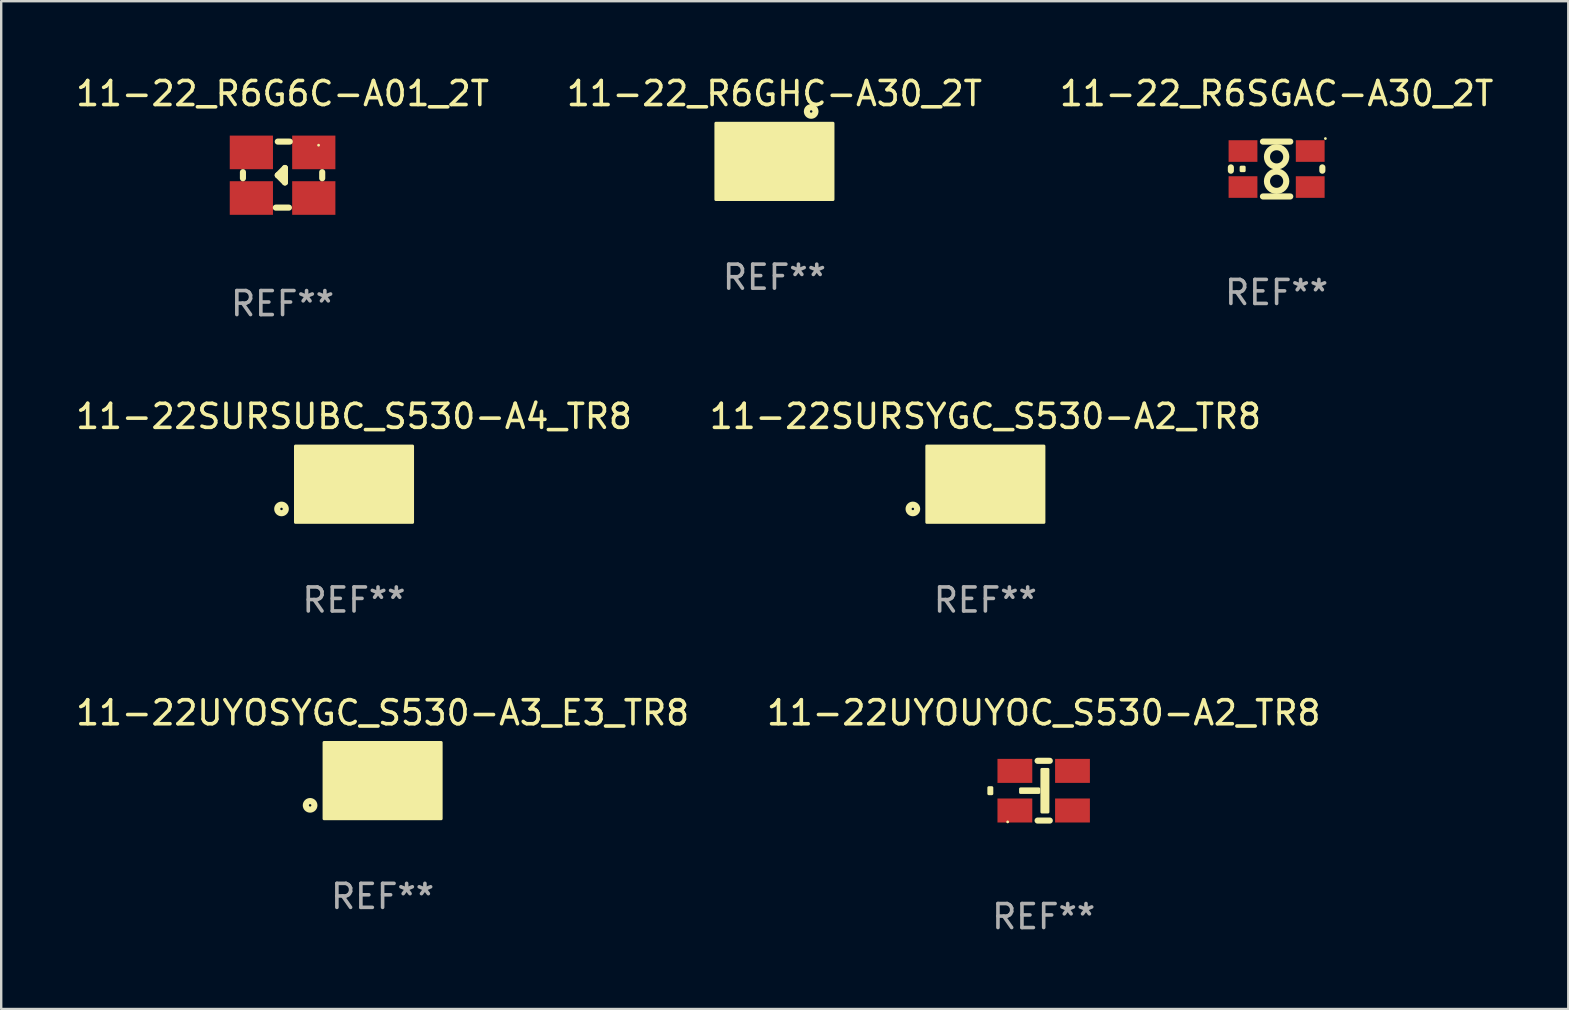
<source format=kicad_pcb>
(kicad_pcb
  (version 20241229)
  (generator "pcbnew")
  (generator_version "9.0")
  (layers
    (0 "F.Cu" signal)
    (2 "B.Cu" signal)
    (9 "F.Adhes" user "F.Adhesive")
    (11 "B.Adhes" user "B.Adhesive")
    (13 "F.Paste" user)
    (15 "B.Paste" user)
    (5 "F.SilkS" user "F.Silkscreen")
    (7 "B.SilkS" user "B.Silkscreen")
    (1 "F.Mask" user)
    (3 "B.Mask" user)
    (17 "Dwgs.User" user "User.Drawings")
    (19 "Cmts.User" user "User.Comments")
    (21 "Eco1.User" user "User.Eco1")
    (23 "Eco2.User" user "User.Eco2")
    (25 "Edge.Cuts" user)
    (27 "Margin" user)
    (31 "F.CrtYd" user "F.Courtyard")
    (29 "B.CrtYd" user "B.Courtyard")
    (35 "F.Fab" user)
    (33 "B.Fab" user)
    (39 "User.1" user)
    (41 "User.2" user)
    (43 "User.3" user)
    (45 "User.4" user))
  (footprint "11-22_R6G6C-A01_2T"
    (layer "F.Cu")
    (at 8.72 4.223)
    (property "Reference" "11-22_R6G6C-A01_2T" (at 0 -3.375 0) (layer "F.SilkS") (effects (font (size 1 1) (thickness 0.15))))
    (attr through_hole)
    (fp_line (start -1.651 -0.102) (end -1.651 0.152) (stroke (width 0.254) (type solid)) (layer "F.SilkS"))
    (fp_line (start -0.201 0.026) (end 0.099 -0.276) (stroke (width 0.254) (type solid)) (layer "F.SilkS"))
    (fp_line (start 0.099 -0.276) (end 0.099 0.326) (stroke (width 0.254) (type solid)) (layer "F.SilkS"))
    (fp_line (start 0.099 0.326) (end -0.201 0.026) (stroke (width 0.254) (type solid)) (layer "F.SilkS"))
    (fp_line (start 0.265 1.375) (end -0.281 1.375) (stroke (width 0.254) (type solid)) (layer "F.SilkS"))
    (fp_line (start 0.3 -1.375) (end -0.2 -1.375) (stroke (width 0.254) (type solid)) (layer "F.SilkS"))
    (fp_line (start 1.651 -0.102) (end 1.651 0.152) (stroke (width 0.254) (type solid)) (layer "F.SilkS"))
    (fp_circle (center 1.5 -1.225) (end 1.53 -1.225) (stroke (width 0.06) (type solid)) (fill no) (layer "F.SilkS"))
    (fp_text user "REF**" (at 0 5.375 0) (layer "F.Fab") (effects (font (size 1 1) (thickness 0.15))))
    (pad "1" smd rect (at 1.3 -0.925 90) (size 1.4 1.8) (layers "F.Cu" "F.Mask" "F.Paste"))
    (pad "2" smd rect (at -1.3 -0.925 90) (size 1.4 1.8) (layers "F.Cu" "F.Mask" "F.Paste"))
    (pad "3" smd rect (at 1.3 0.975 90) (size 1.4 1.8) (layers "F.Cu" "F.Mask" "F.Paste"))
    (pad "4" smd rect (at -1.3 0.975 90) (size 1.4 1.8) (layers "F.Cu" "F.Mask" "F.Paste")))
  (footprint "11-22SURSUBC_S530-A4_TR8"
    (layer "F.Cu")
    (at 11.696 17.119)
    (property "Reference" "11-22SURSUBC_S530-A4_TR8" (at 0 -2.825 0) (layer "F.SilkS") (effects (font (size 1 1) (thickness 0.15))))
    (attr through_hole)
    (fp_circle (center -3.02 1.03) (end -2.842 1.03) (stroke (width 0.254) (type solid)) (fill no) (layer "F.SilkS"))
    (fp_circle (center -1.5 1.25) (end -1.47 1.25) (stroke (width 0.06) (type solid)) (fill no) (layer "F.SilkS"))
    (fp_poly (pts (xy -2.44 -1.59) (xy 2.44 -1.59) (xy 2.44 1.59) (xy -2.44 1.59)) (stroke (width 0.12) (type solid)) (fill yes) (layer "F.SilkS"))
    (fp_poly (pts (xy -0.965 -0.077) (xy -0.203 -0.077) (xy -0.203 0.076) (xy -0.965 0.076)) (stroke (width 0.12) (type solid)) (fill yes) (layer "F.SilkS"))
    (fp_poly (pts (xy -0.076 -0.889) (xy 0.178 -0.889) (xy 0.178 0.889) (xy -0.076 0.889)) (stroke (width 0.12) (type solid)) (fill yes) (layer "F.SilkS"))
    (fp_text user "REF**" (at 0 4.825 0) (layer "F.Fab") (effects (font (size 1 1) (thickness 0.15))))
    (pad "1" smd rect (at -1.35 0.824) (size 1.7 1.05) (layers "F.Cu" "F.Mask" "F.Paste"))
    (pad "2" smd rect (at -1.35 -0.825) (size 1.7 1.05) (layers "F.Cu" "F.Mask" "F.Paste"))
    (pad "3" smd rect (at 1.35 -0.825) (size 1.7 1.05) (layers "F.Cu" "F.Mask" "F.Paste"))
    (pad "4" smd rect (at 1.35 0.825) (size 1.7 1.05) (layers "F.Cu" "F.Mask" "F.Paste")))
  (footprint "11-22_R6GHC-A30_2T"
    (layer "F.Cu")
    (at 29.208 3.673)
    (property "Reference" "11-22_R6GHC-A30_2T" (at 0 -2.825 0) (layer "F.SilkS") (effects (font (size 1 1) (thickness 0.15))))
    (attr through_hole)
    (fp_circle (center 1.51 -1.25) (end 1.54 -1.25) (stroke (width 0.06) (type solid)) (fill no) (layer "F.SilkS"))
    (fp_circle (center 1.53 -2.08) (end 1.708 -2.08) (stroke (width 0.254) (type solid)) (fill no) (layer "F.SilkS"))
    (fp_poly (pts (xy -2.44 -1.59) (xy 2.44 -1.59) (xy 2.44 1.59) (xy -2.44 1.59)) (stroke (width 0.12) (type solid)) (fill yes) (layer "F.SilkS"))
    (fp_poly (pts (xy -0.965 -0.077) (xy -0.203 -0.077) (xy -0.203 0.076) (xy -0.965 0.076)) (stroke (width 0.12) (type solid)) (fill yes) (layer "F.SilkS"))
    (fp_poly (pts (xy -0.076 -0.889) (xy 0.178 -0.889) (xy 0.178 0.889) (xy -0.076 0.889)) (stroke (width 0.12) (type solid)) (fill yes) (layer "F.SilkS"))
    (fp_text user "REF**" (at 0 4.825 0) (layer "F.Fab") (effects (font (size 1 1) (thickness 0.15))))
    (pad "1" smd rect (at 1.35 -0.825 180) (size 1.7 1.05) (layers "F.Cu" "F.Mask" "F.Paste"))
    (pad "2" smd rect (at -1.35 -0.825 180) (size 1.7 1.05) (layers "F.Cu" "F.Mask" "F.Paste"))
    (pad "3" smd rect (at 1.35 0.825 180) (size 1.7 1.05) (layers "F.Cu" "F.Mask" "F.Paste"))
    (pad "4" smd rect (at -1.35 0.824 180) (size 1.7 1.05) (layers "F.Cu" "F.Mask" "F.Paste")))
  (footprint "11-22UYOSYGC_S530-A3_E3_TR8"
    (layer "F.Cu")
    (at 12.887 29.465)
    (property "Reference" "11-22UYOSYGC_S530-A3_E3_TR8" (at 0 -2.825 0) (layer "F.SilkS") (effects (font (size 1 1) (thickness 0.15))))
    (attr through_hole)
    (fp_circle (center -3.02 1.03) (end -2.842 1.03) (stroke (width 0.254) (type solid)) (fill no) (layer "F.SilkS"))
    (fp_circle (center -1.5 1.25) (end -1.47 1.25) (stroke (width 0.06) (type solid)) (fill no) (layer "F.SilkS"))
    (fp_poly (pts (xy -2.44 -1.59) (xy 2.44 -1.59) (xy 2.44 1.59) (xy -2.44 1.59)) (stroke (width 0.12) (type solid)) (fill yes) (layer "F.SilkS"))
    (fp_poly (pts (xy -0.965 -0.077) (xy -0.203 -0.077) (xy -0.203 0.076) (xy -0.965 0.076)) (stroke (width 0.12) (type solid)) (fill yes) (layer "F.SilkS"))
    (fp_poly (pts (xy -0.076 -0.889) (xy 0.178 -0.889) (xy 0.178 0.889) (xy -0.076 0.889)) (stroke (width 0.12) (type solid)) (fill yes) (layer "F.SilkS"))
    (fp_text user "REF**" (at 0 4.825 0) (layer "F.Fab") (effects (font (size 1 1) (thickness 0.15))))
    (pad "1" smd rect (at -1.35 0.824) (size 1.7 1.05) (layers "F.Cu" "F.Mask" "F.Paste"))
    (pad "2" smd rect (at -1.35 -0.825) (size 1.7 1.05) (layers "F.Cu" "F.Mask" "F.Paste"))
    (pad "3" smd rect (at 1.35 -0.825) (size 1.7 1.05) (layers "F.Cu" "F.Mask" "F.Paste"))
    (pad "4" smd rect (at 1.35 0.825) (size 1.7 1.05) (layers "F.Cu" "F.Mask" "F.Paste")))
  (footprint "11-22UYOUYOC_S530-A2_TR8"
    (layer "F.Cu")
    (at 40.423 29.885)
    (property "Reference" "11-22UYOUYOC_S530-A2_TR8" (at 0 -3.245 0) (layer "F.SilkS") (effects (font (size 1 1) (thickness 0.15))))
    (attr through_hole)
    (fp_line (start -0.254 -1.245) (end 0.254 -1.245) (stroke (width 0.254) (type solid)) (layer "F.SilkS"))
    (fp_line (start -0.254 1.245) (end 0.254 1.245) (stroke (width 0.254) (type solid)) (layer "F.SilkS"))
    (fp_circle (center -1.5 1.3) (end -1.47 1.3) (stroke (width 0.06) (type solid)) (fill no) (layer "F.SilkS"))
    (fp_poly (pts (xy -2.286 -0.127) (xy -2.159 -0.127) (xy -2.159 0.127) (xy -2.286 0.127)) (stroke (width 0.12) (type solid)) (fill yes) (layer "F.SilkS"))
    (fp_poly (pts (xy -0.965 -0.076) (xy -0.203 -0.076) (xy -0.203 0.076) (xy -0.965 0.076)) (stroke (width 0.12) (type solid)) (fill yes) (layer "F.SilkS"))
    (fp_poly (pts (xy -0.076 -0.889) (xy 0.178 -0.889) (xy 0.178 0.889) (xy -0.076 0.889)) (stroke (width 0.12) (type solid)) (fill yes) (layer "F.SilkS"))
    (fp_text user "REF**" (at 0 5.245 0) (layer "F.Fab") (effects (font (size 1 1) (thickness 0.15))))
    (pad "1" smd rect (at -1.2 0.825) (size 1.45 1) (layers "F.Cu" "F.Mask" "F.Paste"))
    (pad "2" smd rect (at -1.2 -0.825) (size 1.45 1) (layers "F.Cu" "F.Mask" "F.Paste"))
    (pad "3" smd rect (at 1.2 -0.825) (size 1.45 1) (layers "F.Cu" "F.Mask" "F.Paste"))
    (pad "4" smd rect (at 1.2 0.825) (size 1.45 1) (layers "F.Cu" "F.Mask" "F.Paste")))
  (footprint "11-22_R6SGAC-A30_2T"
    (layer "F.Cu")
    (at 50.125 3.991)
    (property "Reference" "11-22_R6SGAC-A30_2T" (at 0 -3.143 0) (layer "F.SilkS") (effects (font (size 1 1) (thickness 0.15))))
    (attr through_hole)
    (fp_line (start -1.905 -0.069) (end -1.905 0.069) (stroke (width 0.254) (type solid)) (layer "F.SilkS"))
    (fp_line (start -0.569 -1.143) (end 0.569 -1.143) (stroke (width 0.254) (type solid)) (layer "F.SilkS"))
    (fp_line (start -0.569 1.143) (end 0.569 1.143) (stroke (width 0.254) (type solid)) (layer "F.SilkS"))
    (fp_line (start 1.905 -0.069) (end 1.905 0.069) (stroke (width 0.254) (type solid)) (layer "F.SilkS"))
    (fp_circle (center -0.000051 -0.508) (end 0.402 -0.508) (stroke (width 0.254) (type solid)) (fill no) (layer "F.SilkS"))
    (fp_circle (center -0.000051 0.508) (end 0.402 0.508) (stroke (width 0.254) (type solid)) (fill no) (layer "F.SilkS"))
    (fp_circle (center 2.032 -1.27) (end 2.062 -1.27) (stroke (width 0.06) (type solid)) (fill no) (layer "F.SilkS"))
    (fp_poly (pts (xy -1.48 -0.08) (xy -1.349 -0.08) (xy -1.349 0.07) (xy -1.48 0.07)) (stroke (width 0.12) (type solid)) (fill yes) (layer "F.SilkS"))
    (fp_text user "REF**" (at 0 5.143 0) (layer "F.Fab") (effects (font (size 1 1) (thickness 0.15))))
    (pad "1" smd rect (at 1.4 -0.75) (size 1.2 0.9) (layers "F.Cu" "F.Mask" "F.Paste"))
    (pad "2" smd rect (at -1.4 -0.75) (size 1.2 0.9) (layers "F.Cu" "F.Mask" "F.Paste"))
    (pad "3" smd rect (at 1.4 0.75) (size 1.2 0.9) (layers "F.Cu" "F.Mask" "F.Paste"))
    (pad "4" smd rect (at -1.4 0.75) (size 1.2 0.9) (layers "F.Cu" "F.Mask" "F.Paste")))
  (footprint "11-22SURSYGC_S530-A2_TR8"
    (layer "F.Cu")
    (at 37.994 17.119)
    (property "Reference" "11-22SURSYGC_S530-A2_TR8" (at 0 -2.825 0) (layer "F.SilkS") (effects (font (size 1 1) (thickness 0.15))))
    (attr through_hole)
    (fp_circle (center -3.02 1.03) (end -2.842 1.03) (stroke (width 0.254) (type solid)) (fill no) (layer "F.SilkS"))
    (fp_circle (center -1.5 1.25) (end -1.47 1.25) (stroke (width 0.06) (type solid)) (fill no) (layer "F.SilkS"))
    (fp_poly (pts (xy -2.44 -1.59) (xy 2.44 -1.59) (xy 2.44 1.59) (xy -2.44 1.59)) (stroke (width 0.12) (type solid)) (fill yes) (layer "F.SilkS"))
    (fp_poly (pts (xy -0.965 -0.077) (xy -0.203 -0.077) (xy -0.203 0.076) (xy -0.965 0.076)) (stroke (width 0.12) (type solid)) (fill yes) (layer "F.SilkS"))
    (fp_poly (pts (xy -0.076 -0.889) (xy 0.178 -0.889) (xy 0.178 0.889) (xy -0.076 0.889)) (stroke (width 0.12) (type solid)) (fill yes) (layer "F.SilkS"))
    (fp_text user "REF**" (at 0 4.825 0) (layer "F.Fab") (effects (font (size 1 1) (thickness 0.15))))
    (pad "1" smd rect (at -1.35 0.824) (size 1.7 1.05) (layers "F.Cu" "F.Mask" "F.Paste"))
    (pad "2" smd rect (at -1.35 -0.825) (size 1.7 1.05) (layers "F.Cu" "F.Mask" "F.Paste"))
    (pad "3" smd rect (at 1.35 -0.825) (size 1.7 1.05) (layers "F.Cu" "F.Mask" "F.Paste"))
    (pad "4" smd rect (at 1.35 0.825) (size 1.7 1.05) (layers "F.Cu" "F.Mask" "F.Paste")))
  (gr_rect
    (start -3 -3)
    (end 62.274 38.978)
    (stroke (width 0.1) (type default))
    (fill no)
    (layer "Edge.Cuts")))
</source>
